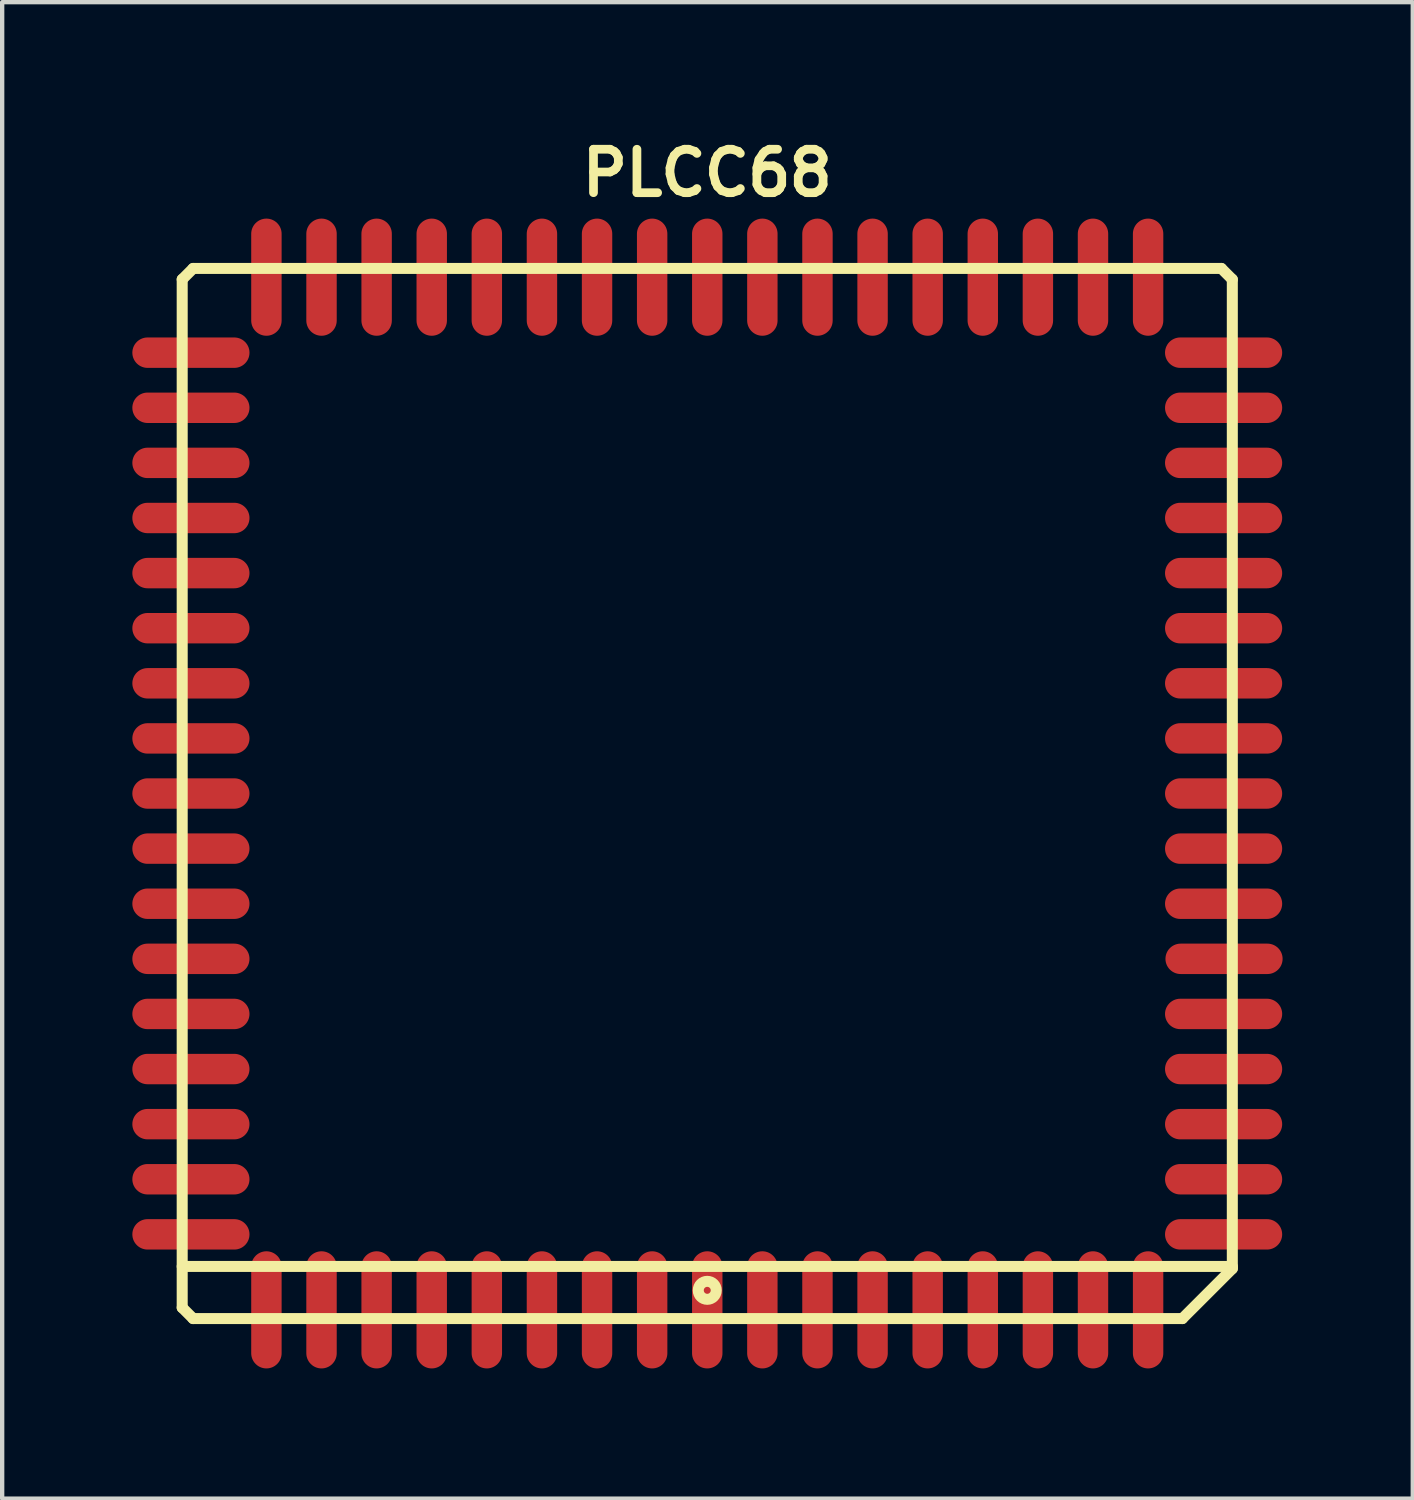
<source format=kicad_pcb>
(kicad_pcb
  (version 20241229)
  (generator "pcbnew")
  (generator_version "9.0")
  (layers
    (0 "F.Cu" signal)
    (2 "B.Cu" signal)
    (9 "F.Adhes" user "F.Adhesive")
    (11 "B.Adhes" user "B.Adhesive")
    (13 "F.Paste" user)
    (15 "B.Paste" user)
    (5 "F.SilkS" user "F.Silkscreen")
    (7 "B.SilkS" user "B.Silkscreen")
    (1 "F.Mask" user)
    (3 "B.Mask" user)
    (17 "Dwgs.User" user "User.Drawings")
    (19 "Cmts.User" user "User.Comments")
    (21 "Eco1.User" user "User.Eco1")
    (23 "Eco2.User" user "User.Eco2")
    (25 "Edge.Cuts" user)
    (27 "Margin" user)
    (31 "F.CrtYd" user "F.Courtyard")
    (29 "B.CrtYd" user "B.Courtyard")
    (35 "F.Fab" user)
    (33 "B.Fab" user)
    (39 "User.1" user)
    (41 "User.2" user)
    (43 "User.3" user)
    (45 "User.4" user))
  (footprint "PLCC68"
    (layer "F.Cu")
    (at 13.25 15.238)
    (property "Reference" "PLCC68" (at 0 -14.3 0) (layer "F.SilkS") (effects (font (size 1.001 1.001) (thickness 0.201))))
    (attr through_hole)
    (fp_line (start -12.101 -11.849) (end -11.849 -12.101) (stroke (width 0.254) (type solid)) (layer "F.SilkS"))
    (fp_line (start -12.101 11.849) (end -12.101 -11.849) (stroke (width 0.254) (type solid)) (layer "F.SilkS"))
    (fp_line (start -11.849 -12.101) (end 11.849 -12.101) (stroke (width 0.254) (type solid)) (layer "F.SilkS"))
    (fp_line (start -11.849 12.101) (end -12.101 11.849) (stroke (width 0.254) (type solid)) (layer "F.SilkS"))
    (fp_line (start 10.95 12.101) (end -11.849 12.101) (stroke (width 0.254) (type solid)) (layer "F.SilkS"))
    (fp_line (start 11.849 -12.101) (end 12.101 -11.849) (stroke (width 0.254) (type solid)) (layer "F.SilkS"))
    (fp_line (start 12.101 -11.849) (end 12.101 10.95) (stroke (width 0.254) (type solid)) (layer "F.SilkS"))
    (fp_line (start 12.101 10.899) (end -12.101 10.899) (stroke (width 0.254) (type solid)) (layer "F.SilkS"))
    (fp_line (start 12.101 10.95) (end 10.95 12.101) (stroke (width 0.254) (type solid)) (layer "F.SilkS"))
    (fp_circle (center 0 11.45) (end -0.201 11.501) (stroke (width 0.254) (type solid)) (fill no) (layer "F.SilkS"))
    (pad "1" smd oval (at 0 11.9) (size 0.701 2.7) (layers "F.Cu" "F.Mask" "F.Paste"))
    (pad "2" smd oval (at 1.27 11.9) (size 0.701 2.7) (layers "F.Cu" "F.Mask" "F.Paste"))
    (pad "3" smd oval (at 2.54 11.9) (size 0.701 2.7) (layers "F.Cu" "F.Mask" "F.Paste"))
    (pad "4" smd oval (at 3.81 11.9) (size 0.701 2.7) (layers "F.Cu" "F.Mask" "F.Paste"))
    (pad "5" smd oval (at 5.08 11.9) (size 0.701 2.7) (layers "F.Cu" "F.Mask" "F.Paste"))
    (pad "6" smd oval (at 6.35 11.9) (size 0.701 2.7) (layers "F.Cu" "F.Mask" "F.Paste"))
    (pad "7" smd oval (at 7.62 11.9) (size 0.701 2.7) (layers "F.Cu" "F.Mask" "F.Paste"))
    (pad "8" smd oval (at 8.89 11.9) (size 0.701 2.7) (layers "F.Cu" "F.Mask" "F.Paste"))
    (pad "9" smd oval (at 10.16 11.9) (size 0.701 2.7) (layers "F.Cu" "F.Mask" "F.Paste"))
    (pad "10" smd oval (at 11.9 10.16) (size 2.7 0.701) (layers "F.Cu" "F.Mask" "F.Paste"))
    (pad "11" smd oval (at 11.9 8.89) (size 2.7 0.701) (layers "F.Cu" "F.Mask" "F.Paste"))
    (pad "12" smd oval (at 11.9 7.62) (size 2.7 0.701) (layers "F.Cu" "F.Mask" "F.Paste"))
    (pad "13" smd oval (at 11.9 6.35) (size 2.7 0.701) (layers "F.Cu" "F.Mask" "F.Paste"))
    (pad "14" smd oval (at 11.9 5.08) (size 2.7 0.701) (layers "F.Cu" "F.Mask" "F.Paste"))
    (pad "15" smd oval (at 11.91 3.81) (size 2.7 0.701) (layers "F.Cu" "F.Mask" "F.Paste"))
    (pad "16" smd oval (at 11.9 2.54) (size 2.7 0.701) (layers "F.Cu" "F.Mask" "F.Paste"))
    (pad "17" smd oval (at 11.9 1.27) (size 2.7 0.701) (layers "F.Cu" "F.Mask" "F.Paste"))
    (pad "18" smd oval (at 11.9 0) (size 2.7 0.701) (layers "F.Cu" "F.Mask" "F.Paste"))
    (pad "19" smd oval (at 11.9 -1.27) (size 2.7 0.701) (layers "F.Cu" "F.Mask" "F.Paste"))
    (pad "20" smd oval (at 11.9 -2.54) (size 2.7 0.701) (layers "F.Cu" "F.Mask" "F.Paste"))
    (pad "21" smd oval (at 11.9 -3.81) (size 2.7 0.701) (layers "F.Cu" "F.Mask" "F.Paste"))
    (pad "22" smd oval (at 11.9 -5.08) (size 2.7 0.701) (layers "F.Cu" "F.Mask" "F.Paste"))
    (pad "23" smd oval (at 11.9 -6.35) (size 2.7 0.701) (layers "F.Cu" "F.Mask" "F.Paste"))
    (pad "24" smd oval (at 11.9 -7.62) (size 2.7 0.701) (layers "F.Cu" "F.Mask" "F.Paste"))
    (pad "25" smd oval (at 11.9 -8.89) (size 2.7 0.701) (layers "F.Cu" "F.Mask" "F.Paste"))
    (pad "26" smd oval (at 11.9 -10.16) (size 2.7 0.701) (layers "F.Cu" "F.Mask" "F.Paste"))
    (pad "27" smd oval (at 10.16 -11.9) (size 0.701 2.7) (layers "F.Cu" "F.Mask" "F.Paste"))
    (pad "28" smd oval (at 8.89 -11.9) (size 0.701 2.7) (layers "F.Cu" "F.Mask" "F.Paste"))
    (pad "29" smd oval (at 7.62 -11.9) (size 0.701 2.7) (layers "F.Cu" "F.Mask" "F.Paste"))
    (pad "30" smd oval (at 6.35 -11.9) (size 0.701 2.7) (layers "F.Cu" "F.Mask" "F.Paste"))
    (pad "31" smd oval (at 5.08 -11.9) (size 0.701 2.7) (layers "F.Cu" "F.Mask" "F.Paste"))
    (pad "32" smd oval (at 3.81 -11.9) (size 0.701 2.7) (layers "F.Cu" "F.Mask" "F.Paste"))
    (pad "33" smd oval (at 2.54 -11.9) (size 0.701 2.7) (layers "F.Cu" "F.Mask" "F.Paste"))
    (pad "34" smd oval (at 1.27 -11.9) (size 0.701 2.7) (layers "F.Cu" "F.Mask" "F.Paste"))
    (pad "35" smd oval (at 0 -11.9) (size 0.701 2.7) (layers "F.Cu" "F.Mask" "F.Paste"))
    (pad "36" smd oval (at -1.27 -11.9) (size 0.701 2.7) (layers "F.Cu" "F.Mask" "F.Paste"))
    (pad "37" smd oval (at -2.54 -11.9) (size 0.701 2.7) (layers "F.Cu" "F.Mask" "F.Paste"))
    (pad "38" smd oval (at -3.81 -11.9) (size 0.701 2.7) (layers "F.Cu" "F.Mask" "F.Paste"))
    (pad "39" smd oval (at -5.08 -11.9) (size 0.701 2.7) (layers "F.Cu" "F.Mask" "F.Paste"))
    (pad "40" smd oval (at -6.35 -11.9) (size 0.701 2.7) (layers "F.Cu" "F.Mask" "F.Paste"))
    (pad "41" smd oval (at -7.62 -11.9) (size 0.701 2.7) (layers "F.Cu" "F.Mask" "F.Paste"))
    (pad "42" smd oval (at -8.89 -11.9) (size 0.701 2.7) (layers "F.Cu" "F.Mask" "F.Paste"))
    (pad "43" smd oval (at -10.16 -11.9) (size 0.701 2.7) (layers "F.Cu" "F.Mask" "F.Paste"))
    (pad "44" smd oval (at -11.9 -10.16) (size 2.7 0.701) (layers "F.Cu" "F.Mask" "F.Paste"))
    (pad "45" smd oval (at -11.9 -8.89) (size 2.7 0.701) (layers "F.Cu" "F.Mask" "F.Paste"))
    (pad "46" smd oval (at -11.9 -7.62) (size 2.7 0.701) (layers "F.Cu" "F.Mask" "F.Paste"))
    (pad "47" smd oval (at -11.9 -6.35) (size 2.7 0.701) (layers "F.Cu" "F.Mask" "F.Paste"))
    (pad "48" smd oval (at -11.9 -5.08) (size 2.7 0.701) (layers "F.Cu" "F.Mask" "F.Paste"))
    (pad "49" smd oval (at -11.9 -3.81) (size 2.7 0.701) (layers "F.Cu" "F.Mask" "F.Paste"))
    (pad "50" smd oval (at -11.9 -2.54) (size 2.7 0.701) (layers "F.Cu" "F.Mask" "F.Paste"))
    (pad "51" smd oval (at -11.9 -1.27) (size 2.7 0.701) (layers "F.Cu" "F.Mask" "F.Paste"))
    (pad "52" smd oval (at -11.9 0) (size 2.7 0.701) (layers "F.Cu" "F.Mask" "F.Paste"))
    (pad "53" smd oval (at -11.9 1.27) (size 2.7 0.701) (layers "F.Cu" "F.Mask" "F.Paste"))
    (pad "54" smd oval (at -11.9 2.54) (size 2.7 0.701) (layers "F.Cu" "F.Mask" "F.Paste"))
    (pad "55" smd oval (at -11.9 3.81) (size 2.7 0.701) (layers "F.Cu" "F.Mask" "F.Paste"))
    (pad "56" smd oval (at -11.9 5.08) (size 2.7 0.701) (layers "F.Cu" "F.Mask" "F.Paste"))
    (pad "57" smd oval (at -11.9 6.35) (size 2.7 0.701) (layers "F.Cu" "F.Mask" "F.Paste"))
    (pad "58" smd oval (at -11.9 7.62) (size 2.7 0.701) (layers "F.Cu" "F.Mask" "F.Paste"))
    (pad "59" smd oval (at -11.9 8.89) (size 2.7 0.701) (layers "F.Cu" "F.Mask" "F.Paste"))
    (pad "60" smd oval (at -11.9 10.16) (size 2.7 0.701) (layers "F.Cu" "F.Mask" "F.Paste"))
    (pad "61" smd oval (at -10.16 11.9) (size 0.701 2.7) (layers "F.Cu" "F.Mask" "F.Paste"))
    (pad "62" smd oval (at -8.89 11.9) (size 0.701 2.7) (layers "F.Cu" "F.Mask" "F.Paste"))
    (pad "63" smd oval (at -7.62 11.9) (size 0.701 2.7) (layers "F.Cu" "F.Mask" "F.Paste"))
    (pad "64" smd oval (at -6.35 11.9) (size 0.701 2.7) (layers "F.Cu" "F.Mask" "F.Paste"))
    (pad "65" smd oval (at -5.08 11.9) (size 0.701 2.7) (layers "F.Cu" "F.Mask" "F.Paste"))
    (pad "66" smd oval (at -3.81 11.9) (size 0.701 2.7) (layers "F.Cu" "F.Mask" "F.Paste"))
    (pad "67" smd oval (at -2.54 11.9) (size 0.701 2.7) (layers "F.Cu" "F.Mask" "F.Paste"))
    (pad "68" smd oval (at -1.27 11.9) (size 0.701 2.7) (layers "F.Cu" "F.Mask" "F.Paste")))
  (gr_rect
    (start -3 -3)
    (end 29.51 31.488)
    (stroke (width 0.1) (type default))
    (fill no)
    (layer "Edge.Cuts")))
</source>
